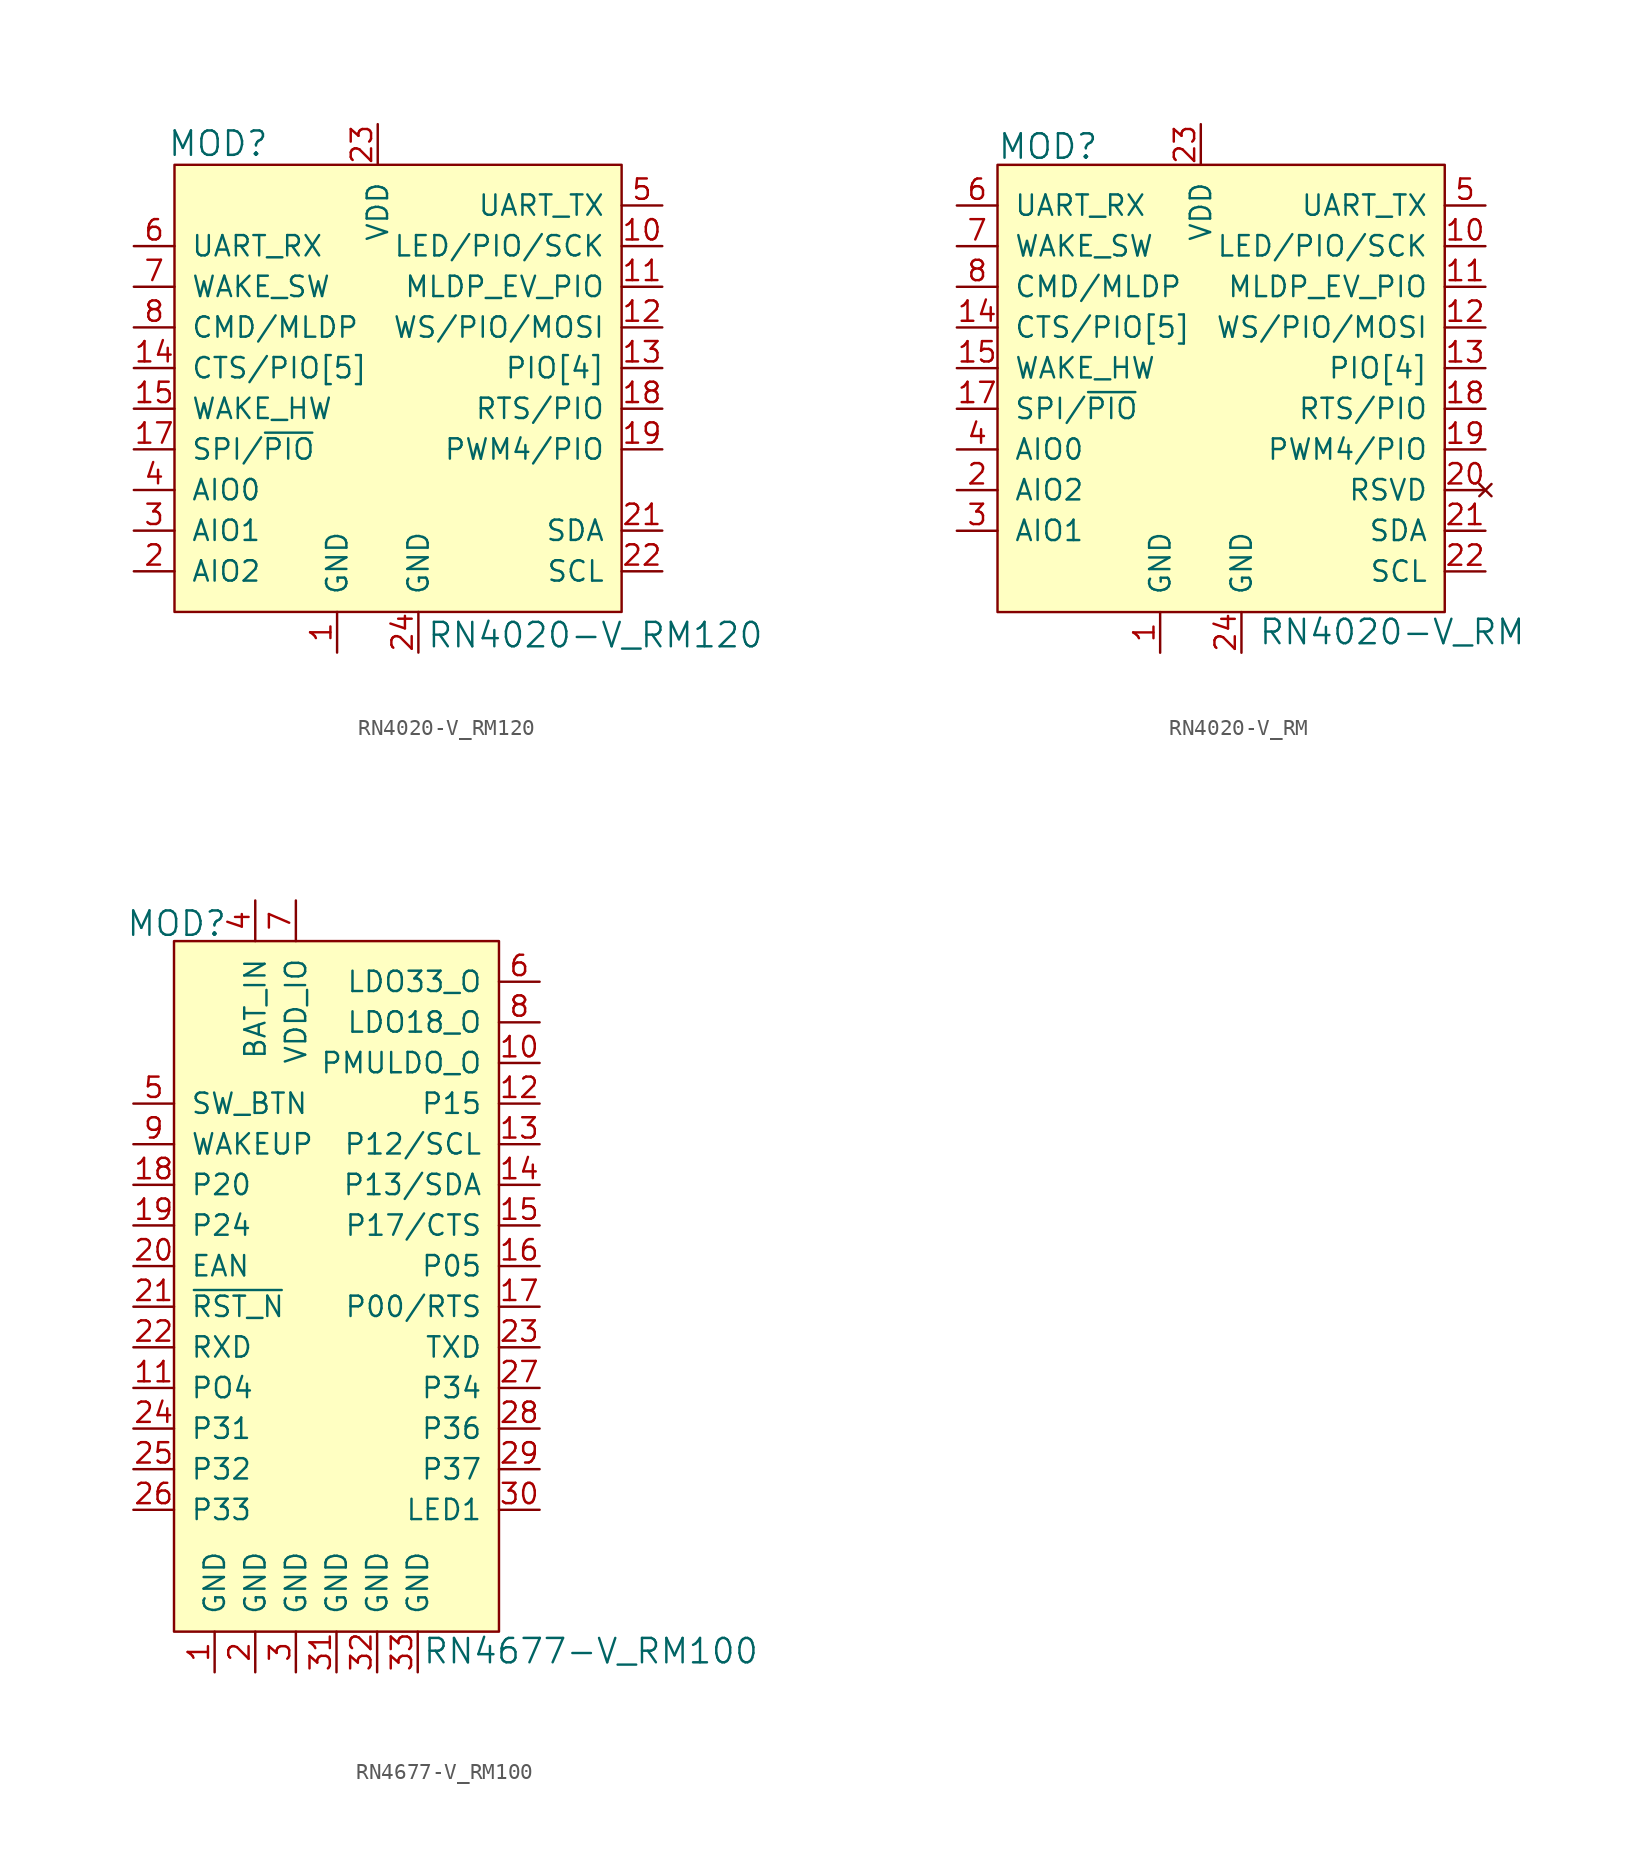
<source format=kicad_sym>
(kicad_symbol_lib
  (version 20211014)
  (generator kicad_symbol_editor)
  (symbol "RN4020-V_RM120"
    (pin_names
      (offset 1.016))
    (property "Reference" "MOD"
      (at -6.782 14.021 0)
      (effects (font (size 1.524 1.524)) (justify right)))
    (property "Value" "RN4020-V_RM120"
      (at 3.048 -16.688 0)
      (effects (font (size 1.524 1.524)) (justify left)))
    (symbol "RN4020-V_RM120_0_1"
      (rectangle (start -12.7 12.7) (end 15.24 -15.24) (stroke (width 0) (type default) (color 0 0 0 0)) (fill (type background))))
    (symbol "RN4020-V_RM120_1_1"
      (pin power_in line (at -2.54 -17.78 90) (length 2.54) (name "GND" (effects (font (size 1.27 1.27)))) (number "1" (effects (font (size 1.27 1.27)))))
      (pin output line (at 17.78 7.62 180) (length 2.54) (name "LED/PIO/SCK" (effects (font (size 1.27 1.27)))) (number "10" (effects (font (size 1.27 1.27)))))
      (pin output line (at 17.78 5.08 180) (length 2.54) (name "MLDP_EV_PIO" (effects (font (size 1.27 1.27)))) (number "11" (effects (font (size 1.27 1.27)))))
      (pin output line (at 17.78 2.54 180) (length 2.54) (name "WS/PIO/MOSI" (effects (font (size 1.27 1.27)))) (number "12" (effects (font (size 1.27 1.27)))))
      (pin bidirectional line (at 17.78 0 180) (length 2.54) (name "PIO[4]" (effects (font (size 1.27 1.27)))) (number "13" (effects (font (size 1.27 1.27)))))
      (pin input line (at -15.24 0 0) (length 2.54) (name "CTS/PIO[5]" (effects (font (size 1.27 1.27)))) (number "14" (effects (font (size 1.27 1.27)))))
      (pin input line (at -15.24 -2.54 0) (length 2.54) (name "WAKE_HW" (effects (font (size 1.27 1.27)))) (number "15" (effects (font (size 1.27 1.27)))))
      (pin input line (at -15.24 -5.08 0) (length 2.54) (name "SPI/~{PIO}" (effects (font (size 1.27 1.27)))) (number "17" (effects (font (size 1.27 1.27)))))
      (pin output line (at 17.78 -2.54 180) (length 2.54) (name "RTS/PIO" (effects (font (size 1.27 1.27)))) (number "18" (effects (font (size 1.27 1.27)))))
      (pin bidirectional line (at 17.78 -5.08 180) (length 2.54) (name "PWM4/PIO" (effects (font (size 1.27 1.27)))) (number "19" (effects (font (size 1.27 1.27)))))
      (pin bidirectional line (at -15.24 -12.7 0) (length 2.54) (name "AIO2" (effects (font (size 1.27 1.27)))) (number "2" (effects (font (size 1.27 1.27)))))
      (pin no_connect line (at 15.24 -7.62 180) (length 2.54) hide (name "RSVD" (effects (font (size 1.27 1.27)))) (number "20" (effects (font (size 1.27 1.27)))))
      (pin bidirectional line (at 17.78 -10.16 180) (length 2.54) (name "SDA" (effects (font (size 1.27 1.27)))) (number "21" (effects (font (size 1.27 1.27)))))
      (pin bidirectional line (at 17.78 -12.7 180) (length 2.54) (name "SCL" (effects (font (size 1.27 1.27)))) (number "22" (effects (font (size 1.27 1.27)))))
      (pin power_in line (at 0 15.24 270) (length 2.54) (name "VDD" (effects (font (size 1.27 1.27)))) (number "23" (effects (font (size 1.27 1.27)))))
      (pin power_in line (at 2.54 -17.78 90) (length 2.54) (name "GND" (effects (font (size 1.27 1.27)))) (number "24" (effects (font (size 1.27 1.27)))))
      (pin bidirectional line (at -15.24 -10.16 0) (length 2.54) (name "AIO1" (effects (font (size 1.27 1.27)))) (number "3" (effects (font (size 1.27 1.27)))))
      (pin bidirectional line (at -15.24 -7.62 0) (length 2.54) (name "AIO0" (effects (font (size 1.27 1.27)))) (number "4" (effects (font (size 1.27 1.27)))))
      (pin output line (at 17.78 10.16 180) (length 2.54) (name "UART_TX" (effects (font (size 1.27 1.27)))) (number "5" (effects (font (size 1.27 1.27)))))
      (pin input line (at -15.24 7.62 0) (length 2.54) (name "UART_RX" (effects (font (size 1.27 1.27)))) (number "6" (effects (font (size 1.27 1.27)))))
      (pin input line (at -15.24 5.08 0) (length 2.54) (name "WAKE_SW" (effects (font (size 1.27 1.27)))) (number "7" (effects (font (size 1.27 1.27)))))
      (pin input line (at -15.24 2.54 0) (length 2.54) (name "CMD/MLDP" (effects (font (size 1.27 1.27)))) (number "8" (effects (font (size 1.27 1.27)))))))
  (symbol "RN4020-V_RM"
    (pin_names
      (offset 1.016))
    (property "Reference" "MOD"
      (at -12.725 13.843 0)
      (effects (font (size 1.524 1.524)) (justify left)))
    (property "Value" "RN4020-V_RM"
      (at 3.581 -16.485 0)
      (effects (font (size 1.524 1.524)) (justify left)))
    (symbol "RN4020-V_RM_0_1"
      (rectangle (start -12.7 12.7) (end 15.24 -15.24) (stroke (width 0) (type default) (color 0 0 0 0)) (fill (type background))))
    (symbol "RN4020-V_RM_1_1"
      (pin power_in line (at -2.54 -17.78 90) (length 2.54) (name "GND" (effects (font (size 1.27 1.27)))) (number "1" (effects (font (size 1.27 1.27)))))
      (pin output line (at 17.78 7.62 180) (length 2.54) (name "LED/PIO/SCK" (effects (font (size 1.27 1.27)))) (number "10" (effects (font (size 1.27 1.27)))))
      (pin output line (at 17.78 5.08 180) (length 2.54) (name "MLDP_EV_PIO" (effects (font (size 1.27 1.27)))) (number "11" (effects (font (size 1.27 1.27)))))
      (pin output line (at 17.78 2.54 180) (length 2.54) (name "WS/PIO/MOSI" (effects (font (size 1.27 1.27)))) (number "12" (effects (font (size 1.27 1.27)))))
      (pin bidirectional line (at 17.78 0 180) (length 2.54) (name "PIO[4]" (effects (font (size 1.27 1.27)))) (number "13" (effects (font (size 1.27 1.27)))))
      (pin input line (at -15.24 2.54 0) (length 2.54) (name "CTS/PIO[5]" (effects (font (size 1.27 1.27)))) (number "14" (effects (font (size 1.27 1.27)))))
      (pin input line (at -15.24 0 0) (length 2.54) (name "WAKE_HW" (effects (font (size 1.27 1.27)))) (number "15" (effects (font (size 1.27 1.27)))))
      (pin input line (at -15.24 -2.54 0) (length 2.54) (name "SPI/~{PIO}" (effects (font (size 1.27 1.27)))) (number "17" (effects (font (size 1.27 1.27)))))
      (pin output line (at 17.78 -2.54 180) (length 2.54) (name "RTS/PIO" (effects (font (size 1.27 1.27)))) (number "18" (effects (font (size 1.27 1.27)))))
      (pin bidirectional line (at 17.78 -5.08 180) (length 2.54) (name "PWM4/PIO" (effects (font (size 1.27 1.27)))) (number "19" (effects (font (size 1.27 1.27)))))
      (pin bidirectional line (at -15.24 -7.62 0) (length 2.54) (name "AIO2" (effects (font (size 1.27 1.27)))) (number "2" (effects (font (size 1.27 1.27)))))
      (pin no_connect line (at 17.78 -7.62 180) (length 2.54) (name "RSVD" (effects (font (size 1.27 1.27)))) (number "20" (effects (font (size 1.27 1.27)))))
      (pin bidirectional line (at 17.78 -10.16 180) (length 2.54) (name "SDA" (effects (font (size 1.27 1.27)))) (number "21" (effects (font (size 1.27 1.27)))))
      (pin bidirectional line (at 17.78 -12.7 180) (length 2.54) (name "SCL" (effects (font (size 1.27 1.27)))) (number "22" (effects (font (size 1.27 1.27)))))
      (pin power_in line (at 0 15.24 270) (length 2.54) (name "VDD" (effects (font (size 1.27 1.27)))) (number "23" (effects (font (size 1.27 1.27)))))
      (pin power_in line (at 2.54 -17.78 90) (length 2.54) (name "GND" (effects (font (size 1.27 1.27)))) (number "24" (effects (font (size 1.27 1.27)))))
      (pin bidirectional line (at -15.24 -10.16 0) (length 2.54) (name "AIO1" (effects (font (size 1.27 1.27)))) (number "3" (effects (font (size 1.27 1.27)))))
      (pin bidirectional line (at -15.24 -5.08 0) (length 2.54) (name "AIO0" (effects (font (size 1.27 1.27)))) (number "4" (effects (font (size 1.27 1.27)))))
      (pin output line (at 17.78 10.16 180) (length 2.54) (name "UART_TX" (effects (font (size 1.27 1.27)))) (number "5" (effects (font (size 1.27 1.27)))))
      (pin input line (at -15.24 10.16 0) (length 2.54) (name "UART_RX" (effects (font (size 1.27 1.27)))) (number "6" (effects (font (size 1.27 1.27)))))
      (pin input line (at -15.24 7.62 0) (length 2.54) (name "WAKE_SW" (effects (font (size 1.27 1.27)))) (number "7" (effects (font (size 1.27 1.27)))))
      (pin input line (at -15.24 5.08 0) (length 2.54) (name "CMD/MLDP" (effects (font (size 1.27 1.27)))) (number "8" (effects (font (size 1.27 1.27)))))))
  (symbol "RN4677-V_RM100"
    (pin_names
      (offset 1.016))
    (property "Reference" "MOD"
      (at -4.267 29.032 0)
      (effects (font (size 1.524 1.524)) (justify right)))
    (property "Value" "RN4677-V_RM100"
      (at 7.899 -16.459 0)
      (effects (font (size 1.524 1.524)) (justify left)))
    (symbol "RN4677-V_RM100_0_1"
      (rectangle (start -7.62 27.94) (end 12.7 -15.24) (stroke (width 0) (type default) (color 0 0 0 0)) (fill (type background))))
    (symbol "RN4677-V_RM100_1_1"
      (pin power_in line (at -5.08 -17.78 90) (length 2.54) (name "GND" (effects (font (size 1.27 1.27)))) (number "1" (effects (font (size 1.27 1.27)))))
      (pin power_out line (at 15.24 20.32 180) (length 2.54) (name "PMULDO_O" (effects (font (size 1.27 1.27)))) (number "10" (effects (font (size 1.27 1.27)))))
      (pin output line (at -10.16 0 0) (length 2.54) (name "PO4" (effects (font (size 1.27 1.27)))) (number "11" (effects (font (size 1.27 1.27)))))
      (pin output line (at 15.24 17.78 180) (length 2.54) (name "P15" (effects (font (size 1.27 1.27)))) (number "12" (effects (font (size 1.27 1.27)))))
      (pin output line (at 15.24 15.24 180) (length 2.54) (name "P12/SCL" (effects (font (size 1.27 1.27)))) (number "13" (effects (font (size 1.27 1.27)))))
      (pin bidirectional line (at 15.24 12.7 180) (length 2.54) (name "P13/SDA" (effects (font (size 1.27 1.27)))) (number "14" (effects (font (size 1.27 1.27)))))
      (pin bidirectional line (at 15.24 10.16 180) (length 2.54) (name "P17/CTS" (effects (font (size 1.27 1.27)))) (number "15" (effects (font (size 1.27 1.27)))))
      (pin bidirectional line (at 15.24 7.62 180) (length 2.54) (name "P05" (effects (font (size 1.27 1.27)))) (number "16" (effects (font (size 1.27 1.27)))))
      (pin bidirectional line (at 15.24 5.08 180) (length 2.54) (name "P00/RTS" (effects (font (size 1.27 1.27)))) (number "17" (effects (font (size 1.27 1.27)))))
      (pin input line (at -10.16 12.7 0) (length 2.54) (name "P20" (effects (font (size 1.27 1.27)))) (number "18" (effects (font (size 1.27 1.27)))))
      (pin input line (at -10.16 10.16 0) (length 2.54) (name "P24" (effects (font (size 1.27 1.27)))) (number "19" (effects (font (size 1.27 1.27)))))
      (pin power_in line (at -2.54 -17.78 90) (length 2.54) (name "GND" (effects (font (size 1.27 1.27)))) (number "2" (effects (font (size 1.27 1.27)))))
      (pin input line (at -10.16 7.62 0) (length 2.54) (name "EAN" (effects (font (size 1.27 1.27)))) (number "20" (effects (font (size 1.27 1.27)))))
      (pin input line (at -10.16 5.08 0) (length 2.54) (name "~{RST_N}" (effects (font (size 1.27 1.27)))) (number "21" (effects (font (size 1.27 1.27)))))
      (pin input line (at -10.16 2.54 0) (length 2.54) (name "RXD" (effects (font (size 1.27 1.27)))) (number "22" (effects (font (size 1.27 1.27)))))
      (pin output line (at 15.24 2.54 180) (length 2.54) (name "TXD" (effects (font (size 1.27 1.27)))) (number "23" (effects (font (size 1.27 1.27)))))
      (pin bidirectional line (at -10.16 -2.54 0) (length 2.54) (name "P31" (effects (font (size 1.27 1.27)))) (number "24" (effects (font (size 1.27 1.27)))))
      (pin bidirectional line (at -10.16 -5.08 0) (length 2.54) (name "P32" (effects (font (size 1.27 1.27)))) (number "25" (effects (font (size 1.27 1.27)))))
      (pin bidirectional line (at -10.16 -7.62 0) (length 2.54) (name "P33" (effects (font (size 1.27 1.27)))) (number "26" (effects (font (size 1.27 1.27)))))
      (pin bidirectional line (at 15.24 0 180) (length 2.54) (name "P34" (effects (font (size 1.27 1.27)))) (number "27" (effects (font (size 1.27 1.27)))))
      (pin bidirectional line (at 15.24 -2.54 180) (length 2.54) (name "P36" (effects (font (size 1.27 1.27)))) (number "28" (effects (font (size 1.27 1.27)))))
      (pin bidirectional line (at 15.24 -5.08 180) (length 2.54) (name "P37" (effects (font (size 1.27 1.27)))) (number "29" (effects (font (size 1.27 1.27)))))
      (pin power_in line (at 0 -17.78 90) (length 2.54) (name "GND" (effects (font (size 1.27 1.27)))) (number "3" (effects (font (size 1.27 1.27)))))
      (pin output line (at 15.24 -7.62 180) (length 2.54) (name "LED1" (effects (font (size 1.27 1.27)))) (number "30" (effects (font (size 1.27 1.27)))))
      (pin output line (at 2.54 -17.78 90) (length 2.54) (name "GND" (effects (font (size 1.27 1.27)))) (number "31" (effects (font (size 1.27 1.27)))))
      (pin output line (at 5.08 -17.78 90) (length 2.54) (name "GND" (effects (font (size 1.27 1.27)))) (number "32" (effects (font (size 1.27 1.27)))))
      (pin output line (at 7.62 -17.78 90) (length 2.54) (name "GND" (effects (font (size 1.27 1.27)))) (number "33" (effects (font (size 1.27 1.27)))))
      (pin power_in line (at -2.54 30.48 270) (length 2.54) (name "BAT_IN" (effects (font (size 1.27 1.27)))) (number "4" (effects (font (size 1.27 1.27)))))
      (pin input line (at -10.16 17.78 0) (length 2.54) (name "SW_BTN" (effects (font (size 1.27 1.27)))) (number "5" (effects (font (size 1.27 1.27)))))
      (pin power_out line (at 15.24 25.4 180) (length 2.54) (name "LDO33_O" (effects (font (size 1.27 1.27)))) (number "6" (effects (font (size 1.27 1.27)))))
      (pin power_in line (at 0 30.48 270) (length 2.54) (name "VDD_IO" (effects (font (size 1.27 1.27)))) (number "7" (effects (font (size 1.27 1.27)))))
      (pin power_out line (at 15.24 22.86 180) (length 2.54) (name "LDO18_O" (effects (font (size 1.27 1.27)))) (number "8" (effects (font (size 1.27 1.27)))))
      (pin input line (at -10.16 15.24 0) (length 2.54) (name "WAKEUP" (effects (font (size 1.27 1.27)))) (number "9" (effects (font (size 1.27 1.27))))))))
</source>
